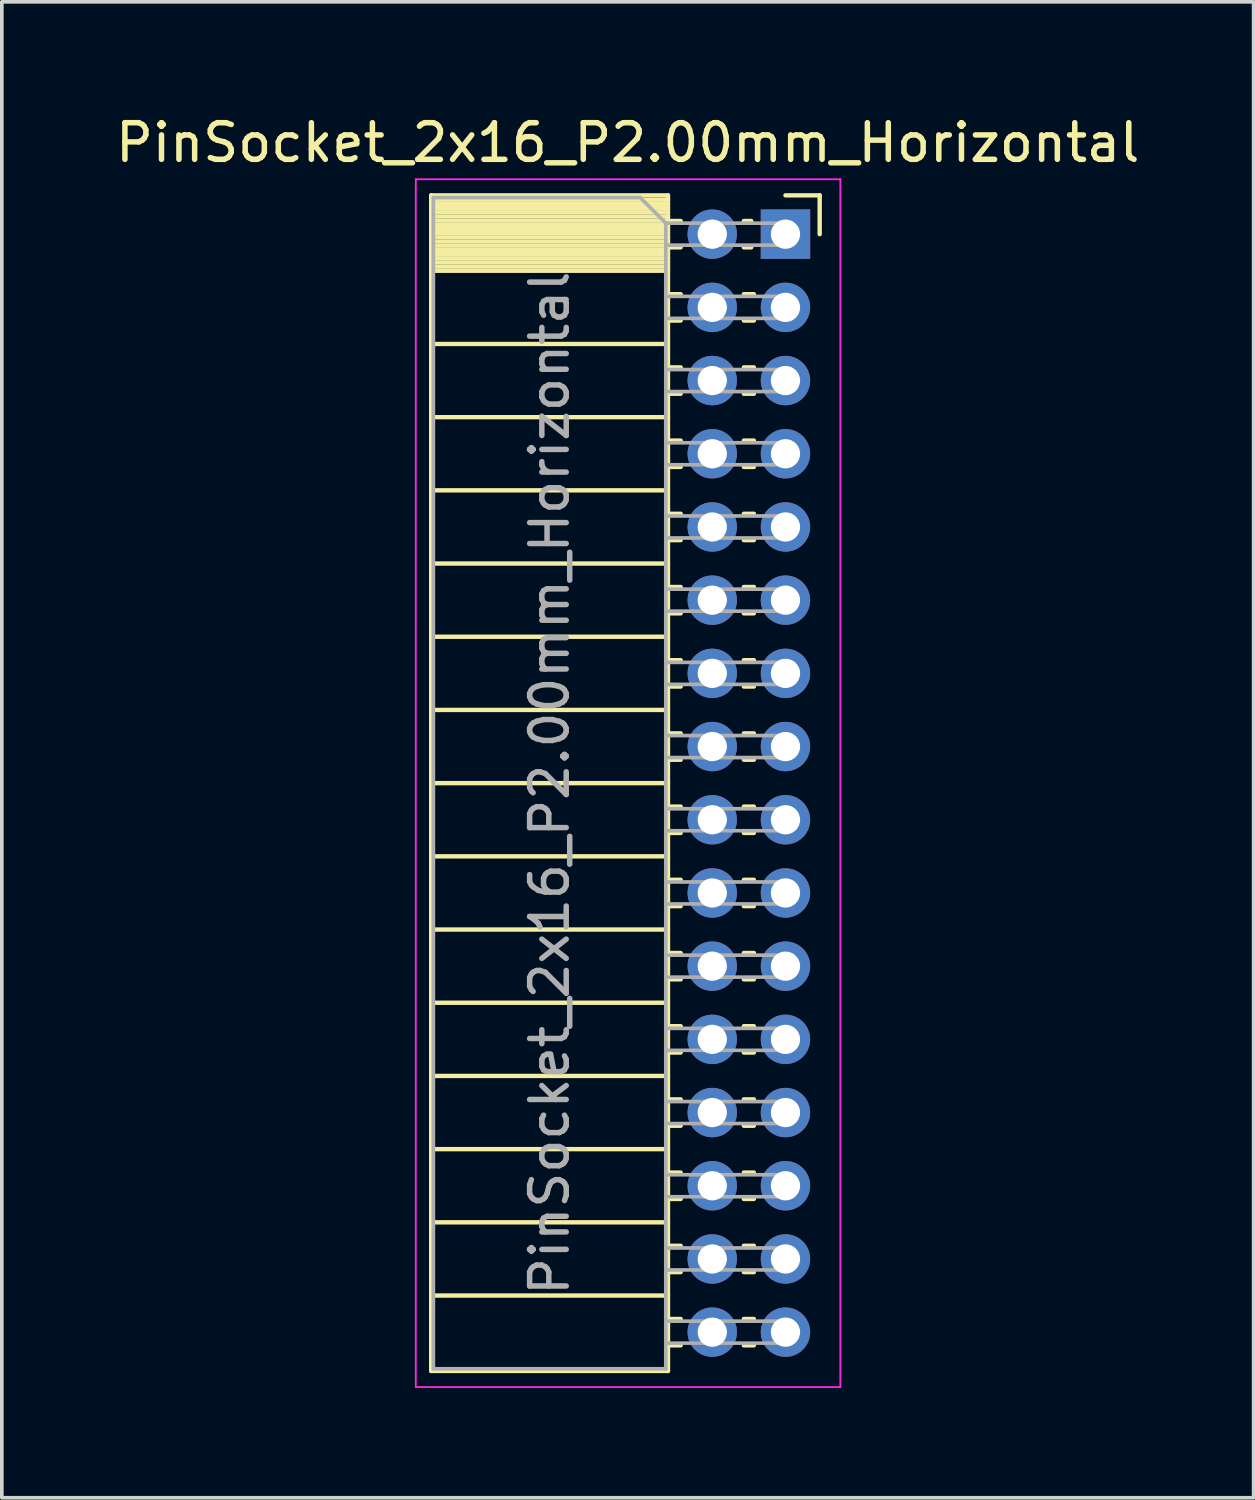
<source format=kicad_pcb>
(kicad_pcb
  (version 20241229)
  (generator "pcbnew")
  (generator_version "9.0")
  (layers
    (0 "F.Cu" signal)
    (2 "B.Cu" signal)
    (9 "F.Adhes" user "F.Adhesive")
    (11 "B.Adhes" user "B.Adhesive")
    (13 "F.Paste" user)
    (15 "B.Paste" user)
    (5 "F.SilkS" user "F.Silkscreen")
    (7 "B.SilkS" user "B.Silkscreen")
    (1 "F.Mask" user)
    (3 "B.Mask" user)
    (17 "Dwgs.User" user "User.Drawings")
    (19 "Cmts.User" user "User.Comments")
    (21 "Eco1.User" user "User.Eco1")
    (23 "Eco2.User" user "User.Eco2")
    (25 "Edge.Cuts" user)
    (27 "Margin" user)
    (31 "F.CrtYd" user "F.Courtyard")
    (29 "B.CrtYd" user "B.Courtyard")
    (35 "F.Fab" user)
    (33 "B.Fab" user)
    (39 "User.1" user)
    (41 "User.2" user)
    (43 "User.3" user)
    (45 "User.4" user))
  (footprint "PinSocket_2x16_P2.00mm_Horizontal"
    (layer "F.Cu")
    (at 18.411 3.348)
    (property "Reference" "PinSocket_2x16_P2.00mm_Horizontal" (at -4.31 -2.5 0) (layer "F.SilkS") (effects (font (size 1 1) (thickness 0.15))))
    (attr through_hole)
    (fp_line (start -9.68 -1.06) (end -9.68 31.06) (stroke (width 0.12) (type solid)) (layer "F.SilkS"))
    (fp_line (start -9.68 -1.06) (end -3.21 -1.06) (stroke (width 0.12) (type solid)) (layer "F.SilkS"))
    (fp_line (start -9.68 -0.94) (end -3.21 -0.94) (stroke (width 0.12) (type solid)) (layer "F.SilkS"))
    (fp_line (start -9.68 -0.826) (end -3.21 -0.826) (stroke (width 0.12) (type solid)) (layer "F.SilkS"))
    (fp_line (start -9.68 -0.712) (end -3.21 -0.712) (stroke (width 0.12) (type solid)) (layer "F.SilkS"))
    (fp_line (start -9.68 -0.598) (end -3.21 -0.598) (stroke (width 0.12) (type solid)) (layer "F.SilkS"))
    (fp_line (start -9.68 -0.484) (end -3.21 -0.484) (stroke (width 0.12) (type solid)) (layer "F.SilkS"))
    (fp_line (start -9.68 -0.369) (end -3.21 -0.369) (stroke (width 0.12) (type solid)) (layer "F.SilkS"))
    (fp_line (start -9.68 -0.255) (end -3.21 -0.255) (stroke (width 0.12) (type solid)) (layer "F.SilkS"))
    (fp_line (start -9.68 -0.141) (end -3.21 -0.141) (stroke (width 0.12) (type solid)) (layer "F.SilkS"))
    (fp_line (start -9.68 -0.027) (end -3.21 -0.027) (stroke (width 0.12) (type solid)) (layer "F.SilkS"))
    (fp_line (start -9.68 0.087) (end -3.21 0.087) (stroke (width 0.12) (type solid)) (layer "F.SilkS"))
    (fp_line (start -9.68 0.201) (end -3.21 0.201) (stroke (width 0.12) (type solid)) (layer "F.SilkS"))
    (fp_line (start -9.68 0.315) (end -3.21 0.315) (stroke (width 0.12) (type solid)) (layer "F.SilkS"))
    (fp_line (start -9.68 0.429) (end -3.21 0.429) (stroke (width 0.12) (type solid)) (layer "F.SilkS"))
    (fp_line (start -9.68 0.544) (end -3.21 0.544) (stroke (width 0.12) (type solid)) (layer "F.SilkS"))
    (fp_line (start -9.68 0.658) (end -3.21 0.658) (stroke (width 0.12) (type solid)) (layer "F.SilkS"))
    (fp_line (start -9.68 0.772) (end -3.21 0.772) (stroke (width 0.12) (type solid)) (layer "F.SilkS"))
    (fp_line (start -9.68 0.886) (end -3.21 0.886) (stroke (width 0.12) (type solid)) (layer "F.SilkS"))
    (fp_line (start -9.68 1) (end -3.21 1) (stroke (width 0.12) (type solid)) (layer "F.SilkS"))
    (fp_line (start -9.68 3) (end -3.21 3) (stroke (width 0.12) (type solid)) (layer "F.SilkS"))
    (fp_line (start -9.68 5) (end -3.21 5) (stroke (width 0.12) (type solid)) (layer "F.SilkS"))
    (fp_line (start -9.68 7) (end -3.21 7) (stroke (width 0.12) (type solid)) (layer "F.SilkS"))
    (fp_line (start -9.68 9) (end -3.21 9) (stroke (width 0.12) (type solid)) (layer "F.SilkS"))
    (fp_line (start -9.68 11) (end -3.21 11) (stroke (width 0.12) (type solid)) (layer "F.SilkS"))
    (fp_line (start -9.68 13) (end -3.21 13) (stroke (width 0.12) (type solid)) (layer "F.SilkS"))
    (fp_line (start -9.68 15) (end -3.21 15) (stroke (width 0.12) (type solid)) (layer "F.SilkS"))
    (fp_line (start -9.68 17) (end -3.21 17) (stroke (width 0.12) (type solid)) (layer "F.SilkS"))
    (fp_line (start -9.68 19) (end -3.21 19) (stroke (width 0.12) (type solid)) (layer "F.SilkS"))
    (fp_line (start -9.68 21) (end -3.21 21) (stroke (width 0.12) (type solid)) (layer "F.SilkS"))
    (fp_line (start -9.68 23) (end -3.21 23) (stroke (width 0.12) (type solid)) (layer "F.SilkS"))
    (fp_line (start -9.68 25) (end -3.21 25) (stroke (width 0.12) (type solid)) (layer "F.SilkS"))
    (fp_line (start -9.68 27) (end -3.21 27) (stroke (width 0.12) (type solid)) (layer "F.SilkS"))
    (fp_line (start -9.68 29) (end -3.21 29) (stroke (width 0.12) (type solid)) (layer "F.SilkS"))
    (fp_line (start -9.68 31.06) (end -3.21 31.06) (stroke (width 0.12) (type solid)) (layer "F.SilkS"))
    (fp_line (start -3.21 -1.06) (end -3.21 31.06) (stroke (width 0.12) (type solid)) (layer "F.SilkS"))
    (fp_line (start -3.21 -0.36) (end -2.863 -0.36) (stroke (width 0.12) (type solid)) (layer "F.SilkS"))
    (fp_line (start -3.21 0.36) (end -2.863 0.36) (stroke (width 0.12) (type solid)) (layer "F.SilkS"))
    (fp_line (start -3.21 1.64) (end -2.863 1.64) (stroke (width 0.12) (type solid)) (layer "F.SilkS"))
    (fp_line (start -3.21 2.36) (end -2.863 2.36) (stroke (width 0.12) (type solid)) (layer "F.SilkS"))
    (fp_line (start -3.21 3.64) (end -2.863 3.64) (stroke (width 0.12) (type solid)) (layer "F.SilkS"))
    (fp_line (start -3.21 4.36) (end -2.863 4.36) (stroke (width 0.12) (type solid)) (layer "F.SilkS"))
    (fp_line (start -3.21 5.64) (end -2.863 5.64) (stroke (width 0.12) (type solid)) (layer "F.SilkS"))
    (fp_line (start -3.21 6.36) (end -2.863 6.36) (stroke (width 0.12) (type solid)) (layer "F.SilkS"))
    (fp_line (start -3.21 7.64) (end -2.863 7.64) (stroke (width 0.12) (type solid)) (layer "F.SilkS"))
    (fp_line (start -3.21 8.36) (end -2.863 8.36) (stroke (width 0.12) (type solid)) (layer "F.SilkS"))
    (fp_line (start -3.21 9.64) (end -2.863 9.64) (stroke (width 0.12) (type solid)) (layer "F.SilkS"))
    (fp_line (start -3.21 10.36) (end -2.863 10.36) (stroke (width 0.12) (type solid)) (layer "F.SilkS"))
    (fp_line (start -3.21 11.64) (end -2.863 11.64) (stroke (width 0.12) (type solid)) (layer "F.SilkS"))
    (fp_line (start -3.21 12.36) (end -2.863 12.36) (stroke (width 0.12) (type solid)) (layer "F.SilkS"))
    (fp_line (start -3.21 13.64) (end -2.863 13.64) (stroke (width 0.12) (type solid)) (layer "F.SilkS"))
    (fp_line (start -3.21 14.36) (end -2.863 14.36) (stroke (width 0.12) (type solid)) (layer "F.SilkS"))
    (fp_line (start -3.21 15.64) (end -2.863 15.64) (stroke (width 0.12) (type solid)) (layer "F.SilkS"))
    (fp_line (start -3.21 16.36) (end -2.863 16.36) (stroke (width 0.12) (type solid)) (layer "F.SilkS"))
    (fp_line (start -3.21 17.64) (end -2.863 17.64) (stroke (width 0.12) (type solid)) (layer "F.SilkS"))
    (fp_line (start -3.21 18.36) (end -2.863 18.36) (stroke (width 0.12) (type solid)) (layer "F.SilkS"))
    (fp_line (start -3.21 19.64) (end -2.863 19.64) (stroke (width 0.12) (type solid)) (layer "F.SilkS"))
    (fp_line (start -3.21 20.36) (end -2.863 20.36) (stroke (width 0.12) (type solid)) (layer "F.SilkS"))
    (fp_line (start -3.21 21.64) (end -2.863 21.64) (stroke (width 0.12) (type solid)) (layer "F.SilkS"))
    (fp_line (start -3.21 22.36) (end -2.863 22.36) (stroke (width 0.12) (type solid)) (layer "F.SilkS"))
    (fp_line (start -3.21 23.64) (end -2.863 23.64) (stroke (width 0.12) (type solid)) (layer "F.SilkS"))
    (fp_line (start -3.21 24.36) (end -2.863 24.36) (stroke (width 0.12) (type solid)) (layer "F.SilkS"))
    (fp_line (start -3.21 25.64) (end -2.863 25.64) (stroke (width 0.12) (type solid)) (layer "F.SilkS"))
    (fp_line (start -3.21 26.36) (end -2.863 26.36) (stroke (width 0.12) (type solid)) (layer "F.SilkS"))
    (fp_line (start -3.21 27.64) (end -2.863 27.64) (stroke (width 0.12) (type solid)) (layer "F.SilkS"))
    (fp_line (start -3.21 28.36) (end -2.863 28.36) (stroke (width 0.12) (type solid)) (layer "F.SilkS"))
    (fp_line (start -3.21 29.64) (end -2.863 29.64) (stroke (width 0.12) (type solid)) (layer "F.SilkS"))
    (fp_line (start -3.21 30.36) (end -2.863 30.36) (stroke (width 0.12) (type solid)) (layer "F.SilkS"))
    (fp_line (start -1.137 -0.36) (end -0.935 -0.36) (stroke (width 0.12) (type solid)) (layer "F.SilkS"))
    (fp_line (start -1.137 0.36) (end -0.935 0.36) (stroke (width 0.12) (type solid)) (layer "F.SilkS"))
    (fp_line (start -1.137 1.64) (end -0.863 1.64) (stroke (width 0.12) (type solid)) (layer "F.SilkS"))
    (fp_line (start -1.137 2.36) (end -0.863 2.36) (stroke (width 0.12) (type solid)) (layer "F.SilkS"))
    (fp_line (start -1.137 3.64) (end -0.863 3.64) (stroke (width 0.12) (type solid)) (layer "F.SilkS"))
    (fp_line (start -1.137 4.36) (end -0.863 4.36) (stroke (width 0.12) (type solid)) (layer "F.SilkS"))
    (fp_line (start -1.137 5.64) (end -0.863 5.64) (stroke (width 0.12) (type solid)) (layer "F.SilkS"))
    (fp_line (start -1.137 6.36) (end -0.863 6.36) (stroke (width 0.12) (type solid)) (layer "F.SilkS"))
    (fp_line (start -1.137 7.64) (end -0.863 7.64) (stroke (width 0.12) (type solid)) (layer "F.SilkS"))
    (fp_line (start -1.137 8.36) (end -0.863 8.36) (stroke (width 0.12) (type solid)) (layer "F.SilkS"))
    (fp_line (start -1.137 9.64) (end -0.863 9.64) (stroke (width 0.12) (type solid)) (layer "F.SilkS"))
    (fp_line (start -1.137 10.36) (end -0.863 10.36) (stroke (width 0.12) (type solid)) (layer "F.SilkS"))
    (fp_line (start -1.137 11.64) (end -0.863 11.64) (stroke (width 0.12) (type solid)) (layer "F.SilkS"))
    (fp_line (start -1.137 12.36) (end -0.863 12.36) (stroke (width 0.12) (type solid)) (layer "F.SilkS"))
    (fp_line (start -1.137 13.64) (end -0.863 13.64) (stroke (width 0.12) (type solid)) (layer "F.SilkS"))
    (fp_line (start -1.137 14.36) (end -0.863 14.36) (stroke (width 0.12) (type solid)) (layer "F.SilkS"))
    (fp_line (start -1.137 15.64) (end -0.863 15.64) (stroke (width 0.12) (type solid)) (layer "F.SilkS"))
    (fp_line (start -1.137 16.36) (end -0.863 16.36) (stroke (width 0.12) (type solid)) (layer "F.SilkS"))
    (fp_line (start -1.137 17.64) (end -0.863 17.64) (stroke (width 0.12) (type solid)) (layer "F.SilkS"))
    (fp_line (start -1.137 18.36) (end -0.863 18.36) (stroke (width 0.12) (type solid)) (layer "F.SilkS"))
    (fp_line (start -1.137 19.64) (end -0.863 19.64) (stroke (width 0.12) (type solid)) (layer "F.SilkS"))
    (fp_line (start -1.137 20.36) (end -0.863 20.36) (stroke (width 0.12) (type solid)) (layer "F.SilkS"))
    (fp_line (start -1.137 21.64) (end -0.863 21.64) (stroke (width 0.12) (type solid)) (layer "F.SilkS"))
    (fp_line (start -1.137 22.36) (end -0.863 22.36) (stroke (width 0.12) (type solid)) (layer "F.SilkS"))
    (fp_line (start -1.137 23.64) (end -0.863 23.64) (stroke (width 0.12) (type solid)) (layer "F.SilkS"))
    (fp_line (start -1.137 24.36) (end -0.863 24.36) (stroke (width 0.12) (type solid)) (layer "F.SilkS"))
    (fp_line (start -1.137 25.64) (end -0.863 25.64) (stroke (width 0.12) (type solid)) (layer "F.SilkS"))
    (fp_line (start -1.137 26.36) (end -0.863 26.36) (stroke (width 0.12) (type solid)) (layer "F.SilkS"))
    (fp_line (start -1.137 27.64) (end -0.863 27.64) (stroke (width 0.12) (type solid)) (layer "F.SilkS"))
    (fp_line (start -1.137 28.36) (end -0.863 28.36) (stroke (width 0.12) (type solid)) (layer "F.SilkS"))
    (fp_line (start -1.137 29.64) (end -0.863 29.64) (stroke (width 0.12) (type solid)) (layer "F.SilkS"))
    (fp_line (start -1.137 30.36) (end -0.863 30.36) (stroke (width 0.12) (type solid)) (layer "F.SilkS"))
    (fp_line (start 0 -1.06) (end 0.935 -1.06) (stroke (width 0.12) (type solid)) (layer "F.SilkS"))
    (fp_line (start 0.935 -1.06) (end 0.935 0) (stroke (width 0.12) (type solid)) (layer "F.SilkS"))
    (fp_line (start -10.1 -1.5) (end -10.1 31.5) (stroke (width 0.05) (type solid)) (layer "F.CrtYd"))
    (fp_line (start -10.1 31.5) (end 1.5 31.5) (stroke (width 0.05) (type solid)) (layer "F.CrtYd"))
    (fp_line (start 1.5 -1.5) (end -10.1 -1.5) (stroke (width 0.05) (type solid)) (layer "F.CrtYd"))
    (fp_line (start 1.5 31.5) (end 1.5 -1.5) (stroke (width 0.05) (type solid)) (layer "F.CrtYd"))
    (fp_line (start -9.62 -1) (end -3.97 -1) (stroke (width 0.1) (type solid)) (layer "F.Fab"))
    (fp_line (start -9.62 31) (end -9.62 -1) (stroke (width 0.1) (type solid)) (layer "F.Fab"))
    (fp_line (start -3.97 -1) (end -3.27 -0.3) (stroke (width 0.1) (type solid)) (layer "F.Fab"))
    (fp_line (start -3.27 -0.3) (end -3.27 31) (stroke (width 0.1) (type solid)) (layer "F.Fab"))
    (fp_line (start -3.27 0.3) (end 0 0.3) (stroke (width 0.1) (type solid)) (layer "F.Fab"))
    (fp_line (start -3.27 2.3) (end 0 2.3) (stroke (width 0.1) (type solid)) (layer "F.Fab"))
    (fp_line (start -3.27 4.3) (end 0 4.3) (stroke (width 0.1) (type solid)) (layer "F.Fab"))
    (fp_line (start -3.27 6.3) (end 0 6.3) (stroke (width 0.1) (type solid)) (layer "F.Fab"))
    (fp_line (start -3.27 8.3) (end 0 8.3) (stroke (width 0.1) (type solid)) (layer "F.Fab"))
    (fp_line (start -3.27 10.3) (end 0 10.3) (stroke (width 0.1) (type solid)) (layer "F.Fab"))
    (fp_line (start -3.27 12.3) (end 0 12.3) (stroke (width 0.1) (type solid)) (layer "F.Fab"))
    (fp_line (start -3.27 14.3) (end 0 14.3) (stroke (width 0.1) (type solid)) (layer "F.Fab"))
    (fp_line (start -3.27 16.3) (end 0 16.3) (stroke (width 0.1) (type solid)) (layer "F.Fab"))
    (fp_line (start -3.27 18.3) (end 0 18.3) (stroke (width 0.1) (type solid)) (layer "F.Fab"))
    (fp_line (start -3.27 20.3) (end 0 20.3) (stroke (width 0.1) (type solid)) (layer "F.Fab"))
    (fp_line (start -3.27 22.3) (end 0 22.3) (stroke (width 0.1) (type solid)) (layer "F.Fab"))
    (fp_line (start -3.27 24.3) (end 0 24.3) (stroke (width 0.1) (type solid)) (layer "F.Fab"))
    (fp_line (start -3.27 26.3) (end 0 26.3) (stroke (width 0.1) (type solid)) (layer "F.Fab"))
    (fp_line (start -3.27 28.3) (end 0 28.3) (stroke (width 0.1) (type solid)) (layer "F.Fab"))
    (fp_line (start -3.27 30.3) (end 0 30.3) (stroke (width 0.1) (type solid)) (layer "F.Fab"))
    (fp_line (start -3.27 31) (end -9.62 31) (stroke (width 0.1) (type solid)) (layer "F.Fab"))
    (fp_line (start 0 -0.3) (end -3.27 -0.3) (stroke (width 0.1) (type solid)) (layer "F.Fab"))
    (fp_line (start 0 0.3) (end 0 -0.3) (stroke (width 0.1) (type solid)) (layer "F.Fab"))
    (fp_line (start 0 1.7) (end -3.27 1.7) (stroke (width 0.1) (type solid)) (layer "F.Fab"))
    (fp_line (start 0 2.3) (end 0 1.7) (stroke (width 0.1) (type solid)) (layer "F.Fab"))
    (fp_line (start 0 3.7) (end -3.27 3.7) (stroke (width 0.1) (type solid)) (layer "F.Fab"))
    (fp_line (start 0 4.3) (end 0 3.7) (stroke (width 0.1) (type solid)) (layer "F.Fab"))
    (fp_line (start 0 5.7) (end -3.27 5.7) (stroke (width 0.1) (type solid)) (layer "F.Fab"))
    (fp_line (start 0 6.3) (end 0 5.7) (stroke (width 0.1) (type solid)) (layer "F.Fab"))
    (fp_line (start 0 7.7) (end -3.27 7.7) (stroke (width 0.1) (type solid)) (layer "F.Fab"))
    (fp_line (start 0 8.3) (end 0 7.7) (stroke (width 0.1) (type solid)) (layer "F.Fab"))
    (fp_line (start 0 9.7) (end -3.27 9.7) (stroke (width 0.1) (type solid)) (layer "F.Fab"))
    (fp_line (start 0 10.3) (end 0 9.7) (stroke (width 0.1) (type solid)) (layer "F.Fab"))
    (fp_line (start 0 11.7) (end -3.27 11.7) (stroke (width 0.1) (type solid)) (layer "F.Fab"))
    (fp_line (start 0 12.3) (end 0 11.7) (stroke (width 0.1) (type solid)) (layer "F.Fab"))
    (fp_line (start 0 13.7) (end -3.27 13.7) (stroke (width 0.1) (type solid)) (layer "F.Fab"))
    (fp_line (start 0 14.3) (end 0 13.7) (stroke (width 0.1) (type solid)) (layer "F.Fab"))
    (fp_line (start 0 15.7) (end -3.27 15.7) (stroke (width 0.1) (type solid)) (layer "F.Fab"))
    (fp_line (start 0 16.3) (end 0 15.7) (stroke (width 0.1) (type solid)) (layer "F.Fab"))
    (fp_line (start 0 17.7) (end -3.27 17.7) (stroke (width 0.1) (type solid)) (layer "F.Fab"))
    (fp_line (start 0 18.3) (end 0 17.7) (stroke (width 0.1) (type solid)) (layer "F.Fab"))
    (fp_line (start 0 19.7) (end -3.27 19.7) (stroke (width 0.1) (type solid)) (layer "F.Fab"))
    (fp_line (start 0 20.3) (end 0 19.7) (stroke (width 0.1) (type solid)) (layer "F.Fab"))
    (fp_line (start 0 21.7) (end -3.27 21.7) (stroke (width 0.1) (type solid)) (layer "F.Fab"))
    (fp_line (start 0 22.3) (end 0 21.7) (stroke (width 0.1) (type solid)) (layer "F.Fab"))
    (fp_line (start 0 23.7) (end -3.27 23.7) (stroke (width 0.1) (type solid)) (layer "F.Fab"))
    (fp_line (start 0 24.3) (end 0 23.7) (stroke (width 0.1) (type solid)) (layer "F.Fab"))
    (fp_line (start 0 25.7) (end -3.27 25.7) (stroke (width 0.1) (type solid)) (layer "F.Fab"))
    (fp_line (start 0 26.3) (end 0 25.7) (stroke (width 0.1) (type solid)) (layer "F.Fab"))
    (fp_line (start 0 27.7) (end -3.27 27.7) (stroke (width 0.1) (type solid)) (layer "F.Fab"))
    (fp_line (start 0 28.3) (end 0 27.7) (stroke (width 0.1) (type solid)) (layer "F.Fab"))
    (fp_line (start 0 29.7) (end -3.27 29.7) (stroke (width 0.1) (type solid)) (layer "F.Fab"))
    (fp_line (start 0 30.3) (end 0 29.7) (stroke (width 0.1) (type solid)) (layer "F.Fab"))
    (fp_text user "${REFERENCE}" (at -6.445 15 90) (layer "F.Fab") (effects (font (size 1 1) (thickness 0.15))))
    (pad "1" thru_hole rect (at 0 0) (size 1.35 1.35) (drill 0.8) (layers "*.Cu" "*.Mask"))
    (pad "2" thru_hole circle (at -2 0) (size 1.35 1.35) (drill 0.8) (layers "*.Cu" "*.Mask"))
    (pad "3" thru_hole circle (at 0 2) (size 1.35 1.35) (drill 0.8) (layers "*.Cu" "*.Mask"))
    (pad "4" thru_hole circle (at -2 2) (size 1.35 1.35) (drill 0.8) (layers "*.Cu" "*.Mask"))
    (pad "5" thru_hole circle (at 0 4) (size 1.35 1.35) (drill 0.8) (layers "*.Cu" "*.Mask"))
    (pad "6" thru_hole circle (at -2 4) (size 1.35 1.35) (drill 0.8) (layers "*.Cu" "*.Mask"))
    (pad "7" thru_hole circle (at 0 6) (size 1.35 1.35) (drill 0.8) (layers "*.Cu" "*.Mask"))
    (pad "8" thru_hole circle (at -2 6) (size 1.35 1.35) (drill 0.8) (layers "*.Cu" "*.Mask"))
    (pad "9" thru_hole circle (at 0 8) (size 1.35 1.35) (drill 0.8) (layers "*.Cu" "*.Mask"))
    (pad "10" thru_hole circle (at -2 8) (size 1.35 1.35) (drill 0.8) (layers "*.Cu" "*.Mask"))
    (pad "11" thru_hole circle (at 0 10) (size 1.35 1.35) (drill 0.8) (layers "*.Cu" "*.Mask"))
    (pad "12" thru_hole circle (at -2 10) (size 1.35 1.35) (drill 0.8) (layers "*.Cu" "*.Mask"))
    (pad "13" thru_hole circle (at 0 12) (size 1.35 1.35) (drill 0.8) (layers "*.Cu" "*.Mask"))
    (pad "14" thru_hole circle (at -2 12) (size 1.35 1.35) (drill 0.8) (layers "*.Cu" "*.Mask"))
    (pad "15" thru_hole circle (at 0 14) (size 1.35 1.35) (drill 0.8) (layers "*.Cu" "*.Mask"))
    (pad "16" thru_hole circle (at -2 14) (size 1.35 1.35) (drill 0.8) (layers "*.Cu" "*.Mask"))
    (pad "17" thru_hole circle (at 0 16) (size 1.35 1.35) (drill 0.8) (layers "*.Cu" "*.Mask"))
    (pad "18" thru_hole circle (at -2 16) (size 1.35 1.35) (drill 0.8) (layers "*.Cu" "*.Mask"))
    (pad "19" thru_hole circle (at 0 18) (size 1.35 1.35) (drill 0.8) (layers "*.Cu" "*.Mask"))
    (pad "20" thru_hole circle (at -2 18) (size 1.35 1.35) (drill 0.8) (layers "*.Cu" "*.Mask"))
    (pad "21" thru_hole circle (at 0 20) (size 1.35 1.35) (drill 0.8) (layers "*.Cu" "*.Mask"))
    (pad "22" thru_hole circle (at -2 20) (size 1.35 1.35) (drill 0.8) (layers "*.Cu" "*.Mask"))
    (pad "23" thru_hole circle (at 0 22) (size 1.35 1.35) (drill 0.8) (layers "*.Cu" "*.Mask"))
    (pad "24" thru_hole circle (at -2 22) (size 1.35 1.35) (drill 0.8) (layers "*.Cu" "*.Mask"))
    (pad "25" thru_hole circle (at 0 24) (size 1.35 1.35) (drill 0.8) (layers "*.Cu" "*.Mask"))
    (pad "26" thru_hole circle (at -2 24) (size 1.35 1.35) (drill 0.8) (layers "*.Cu" "*.Mask"))
    (pad "27" thru_hole circle (at 0 26) (size 1.35 1.35) (drill 0.8) (layers "*.Cu" "*.Mask"))
    (pad "28" thru_hole circle (at -2 26) (size 1.35 1.35) (drill 0.8) (layers "*.Cu" "*.Mask"))
    (pad "29" thru_hole circle (at 0 28) (size 1.35 1.35) (drill 0.8) (layers "*.Cu" "*.Mask"))
    (pad "30" thru_hole circle (at -2 28) (size 1.35 1.35) (drill 0.8) (layers "*.Cu" "*.Mask"))
    (pad "31" thru_hole circle (at 0 30) (size 1.35 1.35) (drill 0.8) (layers "*.Cu" "*.Mask"))
    (pad "32" thru_hole circle (at -2 30) (size 1.35 1.35) (drill 0.8) (layers "*.Cu" "*.Mask")))
  (gr_rect
    (start -3 -3)
    (end 31.202 37.873)
    (stroke (width 0.1) (type default))
    (fill no)
    (layer "Edge.Cuts")))
</source>
